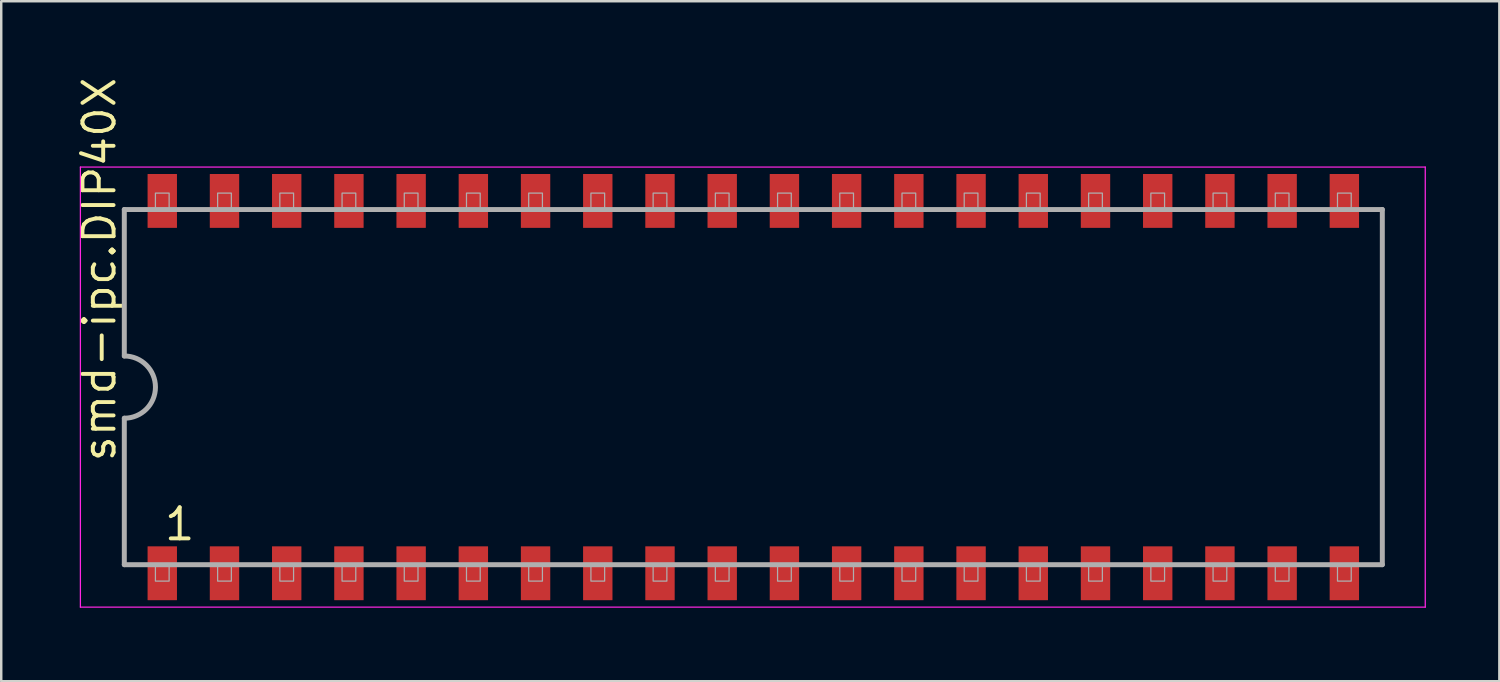
<source format=kicad_pcb>
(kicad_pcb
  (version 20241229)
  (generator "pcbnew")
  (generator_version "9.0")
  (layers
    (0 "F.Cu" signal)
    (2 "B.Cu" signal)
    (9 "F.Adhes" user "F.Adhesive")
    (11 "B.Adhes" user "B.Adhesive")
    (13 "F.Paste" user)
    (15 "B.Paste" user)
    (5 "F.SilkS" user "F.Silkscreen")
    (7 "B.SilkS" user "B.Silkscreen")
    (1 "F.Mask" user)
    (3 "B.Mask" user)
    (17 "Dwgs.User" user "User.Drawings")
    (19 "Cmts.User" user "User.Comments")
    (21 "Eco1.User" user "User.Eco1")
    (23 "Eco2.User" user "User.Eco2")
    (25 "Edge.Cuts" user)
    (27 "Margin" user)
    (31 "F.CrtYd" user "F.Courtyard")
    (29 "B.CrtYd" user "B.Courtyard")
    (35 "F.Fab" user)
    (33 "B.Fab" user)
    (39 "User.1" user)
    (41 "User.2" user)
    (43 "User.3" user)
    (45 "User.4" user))
  (footprint "smd-ipc.DIP40X"
    (layer "F.Cu")
    (at 27.705 12.754)
    (property "Reference" "smd-ipc.DIP40X" (at -25.955 3.135 90) (layer "F.SilkS") (effects (font (size 1.27 1.27) (thickness 0.16)) (justify left bottom)))
    (attr smd)
    (fp_line (start -27.473 -8.983) (end 27.433 -8.983) (stroke (width 0.051) (type default)) (layer "F.CrtYd"))
    (fp_line (start -27.473 8.983) (end -27.473 -8.983) (stroke (width 0.051) (type default)) (layer "F.CrtYd"))
    (fp_line (start 27.433 -8.983) (end 27.433 8.983) (stroke (width 0.051) (type default)) (layer "F.CrtYd"))
    (fp_line (start 27.433 8.983) (end -27.473 8.983) (stroke (width 0.051) (type default)) (layer "F.CrtYd"))
    (fp_line (start -25.68 -7.25) (end -25.68 -1.27) (stroke (width 0.203) (type default)) (layer "F.Fab"))
    (fp_line (start -25.68 1.27) (end -25.68 7.25) (stroke (width 0.203) (type default)) (layer "F.Fab"))
    (fp_line (start -25.68 7.25) (end 25.68 7.25) (stroke (width 0.203) (type default)) (layer "F.Fab"))
    (fp_line (start 25.68 -7.25) (end -25.68 -7.25) (stroke (width 0.203) (type default)) (layer "F.Fab"))
    (fp_line (start 25.68 7.25) (end 25.68 -7.25) (stroke (width 0.203) (type default)) (layer "F.Fab"))
    (fp_rect (start -24.41 -7.25) (end -23.85 -7.92) (stroke (width 0.05) (type default)) (fill no) (layer "F.Fab"))
    (fp_rect (start -24.41 7.92) (end -23.85 7.25) (stroke (width 0.05) (type default)) (fill no) (layer "F.Fab"))
    (fp_rect (start -21.87 -7.25) (end -21.31 -7.92) (stroke (width 0.05) (type default)) (fill no) (layer "F.Fab"))
    (fp_rect (start -21.87 7.92) (end -21.31 7.25) (stroke (width 0.05) (type default)) (fill no) (layer "F.Fab"))
    (fp_rect (start -19.33 -7.25) (end -18.77 -7.92) (stroke (width 0.05) (type default)) (fill no) (layer "F.Fab"))
    (fp_rect (start -19.33 7.92) (end -18.77 7.25) (stroke (width 0.05) (type default)) (fill no) (layer "F.Fab"))
    (fp_rect (start -16.79 -7.25) (end -16.23 -7.92) (stroke (width 0.05) (type default)) (fill no) (layer "F.Fab"))
    (fp_rect (start -16.79 7.92) (end -16.23 7.25) (stroke (width 0.05) (type default)) (fill no) (layer "F.Fab"))
    (fp_rect (start -14.25 -7.25) (end -13.69 -7.92) (stroke (width 0.05) (type default)) (fill no) (layer "F.Fab"))
    (fp_rect (start -14.25 7.92) (end -13.69 7.25) (stroke (width 0.05) (type default)) (fill no) (layer "F.Fab"))
    (fp_rect (start -11.71 -7.25) (end -11.15 -7.92) (stroke (width 0.05) (type default)) (fill no) (layer "F.Fab"))
    (fp_rect (start -11.71 7.92) (end -11.15 7.25) (stroke (width 0.05) (type default)) (fill no) (layer "F.Fab"))
    (fp_rect (start -9.17 -7.25) (end -8.61 -7.92) (stroke (width 0.05) (type default)) (fill no) (layer "F.Fab"))
    (fp_rect (start -9.17 7.92) (end -8.61 7.25) (stroke (width 0.05) (type default)) (fill no) (layer "F.Fab"))
    (fp_rect (start -6.63 -7.25) (end -6.07 -7.92) (stroke (width 0.05) (type default)) (fill no) (layer "F.Fab"))
    (fp_rect (start -6.63 7.92) (end -6.07 7.25) (stroke (width 0.05) (type default)) (fill no) (layer "F.Fab"))
    (fp_rect (start -4.09 -7.25) (end -3.53 -7.92) (stroke (width 0.05) (type default)) (fill no) (layer "F.Fab"))
    (fp_rect (start -4.09 7.92) (end -3.53 7.25) (stroke (width 0.05) (type default)) (fill no) (layer "F.Fab"))
    (fp_rect (start -1.55 -7.25) (end -0.99 -7.92) (stroke (width 0.05) (type default)) (fill no) (layer "F.Fab"))
    (fp_rect (start -1.55 7.92) (end -0.99 7.25) (stroke (width 0.05) (type default)) (fill no) (layer "F.Fab"))
    (fp_rect (start 0.99 -7.25) (end 1.55 -7.92) (stroke (width 0.05) (type default)) (fill no) (layer "F.Fab"))
    (fp_rect (start 0.99 7.92) (end 1.55 7.25) (stroke (width 0.05) (type default)) (fill no) (layer "F.Fab"))
    (fp_rect (start 3.53 -7.25) (end 4.09 -7.92) (stroke (width 0.05) (type default)) (fill no) (layer "F.Fab"))
    (fp_rect (start 3.53 7.92) (end 4.09 7.25) (stroke (width 0.05) (type default)) (fill no) (layer "F.Fab"))
    (fp_rect (start 6.07 -7.25) (end 6.63 -7.92) (stroke (width 0.05) (type default)) (fill no) (layer "F.Fab"))
    (fp_rect (start 6.07 7.92) (end 6.63 7.25) (stroke (width 0.05) (type default)) (fill no) (layer "F.Fab"))
    (fp_rect (start 8.61 -7.25) (end 9.17 -7.92) (stroke (width 0.05) (type default)) (fill no) (layer "F.Fab"))
    (fp_rect (start 8.61 7.92) (end 9.17 7.25) (stroke (width 0.05) (type default)) (fill no) (layer "F.Fab"))
    (fp_rect (start 11.15 -7.25) (end 11.71 -7.92) (stroke (width 0.05) (type default)) (fill no) (layer "F.Fab"))
    (fp_rect (start 11.15 7.92) (end 11.71 7.25) (stroke (width 0.05) (type default)) (fill no) (layer "F.Fab"))
    (fp_rect (start 13.69 -7.25) (end 14.25 -7.92) (stroke (width 0.05) (type default)) (fill no) (layer "F.Fab"))
    (fp_rect (start 13.69 7.92) (end 14.25 7.25) (stroke (width 0.05) (type default)) (fill no) (layer "F.Fab"))
    (fp_rect (start 16.23 -7.25) (end 16.79 -7.92) (stroke (width 0.05) (type default)) (fill no) (layer "F.Fab"))
    (fp_rect (start 16.23 7.92) (end 16.79 7.25) (stroke (width 0.05) (type default)) (fill no) (layer "F.Fab"))
    (fp_rect (start 18.77 -7.25) (end 19.33 -7.92) (stroke (width 0.05) (type default)) (fill no) (layer "F.Fab"))
    (fp_rect (start 18.77 7.92) (end 19.33 7.25) (stroke (width 0.05) (type default)) (fill no) (layer "F.Fab"))
    (fp_rect (start 21.31 -7.25) (end 21.87 -7.92) (stroke (width 0.05) (type default)) (fill no) (layer "F.Fab"))
    (fp_rect (start 21.31 7.92) (end 21.87 7.25) (stroke (width 0.05) (type default)) (fill no) (layer "F.Fab"))
    (fp_rect (start 23.85 -7.25) (end 24.41 -7.92) (stroke (width 0.05) (type default)) (fill no) (layer "F.Fab"))
    (fp_rect (start 23.85 7.92) (end 24.41 7.25) (stroke (width 0.05) (type default)) (fill no) (layer "F.Fab"))
    (fp_arc (start -25.6784 -1.27) (mid -24.4084 0) (end -25.6784 1.27) (stroke (width 0.2032) (type default)) (layer "F.Fab"))
    (fp_text user "1" (at -24.13 6.34 0) (layer "F.SilkS") (effects (font (size 1.27 1.27) (thickness 0.16)) (justify left bottom)))
    (pad "1" smd roundrect (at -24.13 7.6) (size 1.2 2.2) (layers "F.Cu" "F.Mask" "F.Paste") (roundrect_rratio 0.01))
    (pad "2" smd roundrect (at -21.59 7.6) (size 1.2 2.2) (layers "F.Cu" "F.Mask" "F.Paste") (roundrect_rratio 0.01))
    (pad "3" smd roundrect (at -19.05 7.6) (size 1.2 2.2) (layers "F.Cu" "F.Mask" "F.Paste") (roundrect_rratio 0.01))
    (pad "4" smd roundrect (at -16.51 7.6) (size 1.2 2.2) (layers "F.Cu" "F.Mask" "F.Paste") (roundrect_rratio 0.01))
    (pad "5" smd roundrect (at -13.97 7.6) (size 1.2 2.2) (layers "F.Cu" "F.Mask" "F.Paste") (roundrect_rratio 0.01))
    (pad "6" smd roundrect (at -11.43 7.6) (size 1.2 2.2) (layers "F.Cu" "F.Mask" "F.Paste") (roundrect_rratio 0.01))
    (pad "7" smd roundrect (at -8.89 7.6) (size 1.2 2.2) (layers "F.Cu" "F.Mask" "F.Paste") (roundrect_rratio 0.01))
    (pad "8" smd roundrect (at -6.35 7.6) (size 1.2 2.2) (layers "F.Cu" "F.Mask" "F.Paste") (roundrect_rratio 0.01))
    (pad "9" smd roundrect (at -3.81 7.6) (size 1.2 2.2) (layers "F.Cu" "F.Mask" "F.Paste") (roundrect_rratio 0.01))
    (pad "10" smd roundrect (at -1.27 7.6) (size 1.2 2.2) (layers "F.Cu" "F.Mask" "F.Paste") (roundrect_rratio 0.01))
    (pad "11" smd roundrect (at 1.27 7.6) (size 1.2 2.2) (layers "F.Cu" "F.Mask" "F.Paste") (roundrect_rratio 0.01))
    (pad "12" smd roundrect (at 3.81 7.6) (size 1.2 2.2) (layers "F.Cu" "F.Mask" "F.Paste") (roundrect_rratio 0.01))
    (pad "13" smd roundrect (at 6.35 7.6) (size 1.2 2.2) (layers "F.Cu" "F.Mask" "F.Paste") (roundrect_rratio 0.01))
    (pad "14" smd roundrect (at 8.89 7.6) (size 1.2 2.2) (layers "F.Cu" "F.Mask" "F.Paste") (roundrect_rratio 0.01))
    (pad "15" smd roundrect (at 11.43 7.6) (size 1.2 2.2) (layers "F.Cu" "F.Mask" "F.Paste") (roundrect_rratio 0.01))
    (pad "16" smd roundrect (at 13.97 7.6) (size 1.2 2.2) (layers "F.Cu" "F.Mask" "F.Paste") (roundrect_rratio 0.01))
    (pad "17" smd roundrect (at 16.51 7.6) (size 1.2 2.2) (layers "F.Cu" "F.Mask" "F.Paste") (roundrect_rratio 0.01))
    (pad "18" smd roundrect (at 19.05 7.6) (size 1.2 2.2) (layers "F.Cu" "F.Mask" "F.Paste") (roundrect_rratio 0.01))
    (pad "19" smd roundrect (at 21.59 7.6) (size 1.2 2.2) (layers "F.Cu" "F.Mask" "F.Paste") (roundrect_rratio 0.01))
    (pad "20" smd roundrect (at 24.13 7.6) (size 1.2 2.2) (layers "F.Cu" "F.Mask" "F.Paste") (roundrect_rratio 0.01))
    (pad "21" smd roundrect (at 24.13 -7.6) (size 1.2 2.2) (layers "F.Cu" "F.Mask" "F.Paste") (roundrect_rratio 0.01))
    (pad "22" smd roundrect (at 21.59 -7.6) (size 1.2 2.2) (layers "F.Cu" "F.Mask" "F.Paste") (roundrect_rratio 0.01))
    (pad "23" smd roundrect (at 19.05 -7.6) (size 1.2 2.2) (layers "F.Cu" "F.Mask" "F.Paste") (roundrect_rratio 0.01))
    (pad "24" smd roundrect (at 16.51 -7.6) (size 1.2 2.2) (layers "F.Cu" "F.Mask" "F.Paste") (roundrect_rratio 0.01))
    (pad "25" smd roundrect (at 13.97 -7.6) (size 1.2 2.2) (layers "F.Cu" "F.Mask" "F.Paste") (roundrect_rratio 0.01))
    (pad "26" smd roundrect (at 11.43 -7.6) (size 1.2 2.2) (layers "F.Cu" "F.Mask" "F.Paste") (roundrect_rratio 0.01))
    (pad "27" smd roundrect (at 8.89 -7.6) (size 1.2 2.2) (layers "F.Cu" "F.Mask" "F.Paste") (roundrect_rratio 0.01))
    (pad "28" smd roundrect (at 6.35 -7.6) (size 1.2 2.2) (layers "F.Cu" "F.Mask" "F.Paste") (roundrect_rratio 0.01))
    (pad "29" smd roundrect (at 3.81 -7.6) (size 1.2 2.2) (layers "F.Cu" "F.Mask" "F.Paste") (roundrect_rratio 0.01))
    (pad "30" smd roundrect (at 1.27 -7.6) (size 1.2 2.2) (layers "F.Cu" "F.Mask" "F.Paste") (roundrect_rratio 0.01))
    (pad "31" smd roundrect (at -1.27 -7.6) (size 1.2 2.2) (layers "F.Cu" "F.Mask" "F.Paste") (roundrect_rratio 0.01))
    (pad "32" smd roundrect (at -3.81 -7.6) (size 1.2 2.2) (layers "F.Cu" "F.Mask" "F.Paste") (roundrect_rratio 0.01))
    (pad "33" smd roundrect (at -6.35 -7.6) (size 1.2 2.2) (layers "F.Cu" "F.Mask" "F.Paste") (roundrect_rratio 0.01))
    (pad "34" smd roundrect (at -8.89 -7.6) (size 1.2 2.2) (layers "F.Cu" "F.Mask" "F.Paste") (roundrect_rratio 0.01))
    (pad "35" smd roundrect (at -11.43 -7.6) (size 1.2 2.2) (layers "F.Cu" "F.Mask" "F.Paste") (roundrect_rratio 0.01))
    (pad "36" smd roundrect (at -13.97 -7.6) (size 1.2 2.2) (layers "F.Cu" "F.Mask" "F.Paste") (roundrect_rratio 0.01))
    (pad "37" smd roundrect (at -16.51 -7.6) (size 1.2 2.2) (layers "F.Cu" "F.Mask" "F.Paste") (roundrect_rratio 0.01))
    (pad "38" smd roundrect (at -19.05 -7.6) (size 1.2 2.2) (layers "F.Cu" "F.Mask" "F.Paste") (roundrect_rratio 0.01))
    (pad "39" smd roundrect (at -21.59 -7.6) (size 1.2 2.2) (layers "F.Cu" "F.Mask" "F.Paste") (roundrect_rratio 0.01))
    (pad "40" smd roundrect (at -24.13 -7.6) (size 1.2 2.2) (layers "F.Cu" "F.Mask" "F.Paste") (roundrect_rratio 0.01)))
  (gr_rect
    (start -3 -3)
    (end 58.163 24.763)
    (stroke (width 0.1) (type default))
    (fill no)
    (layer "Edge.Cuts")))
</source>
